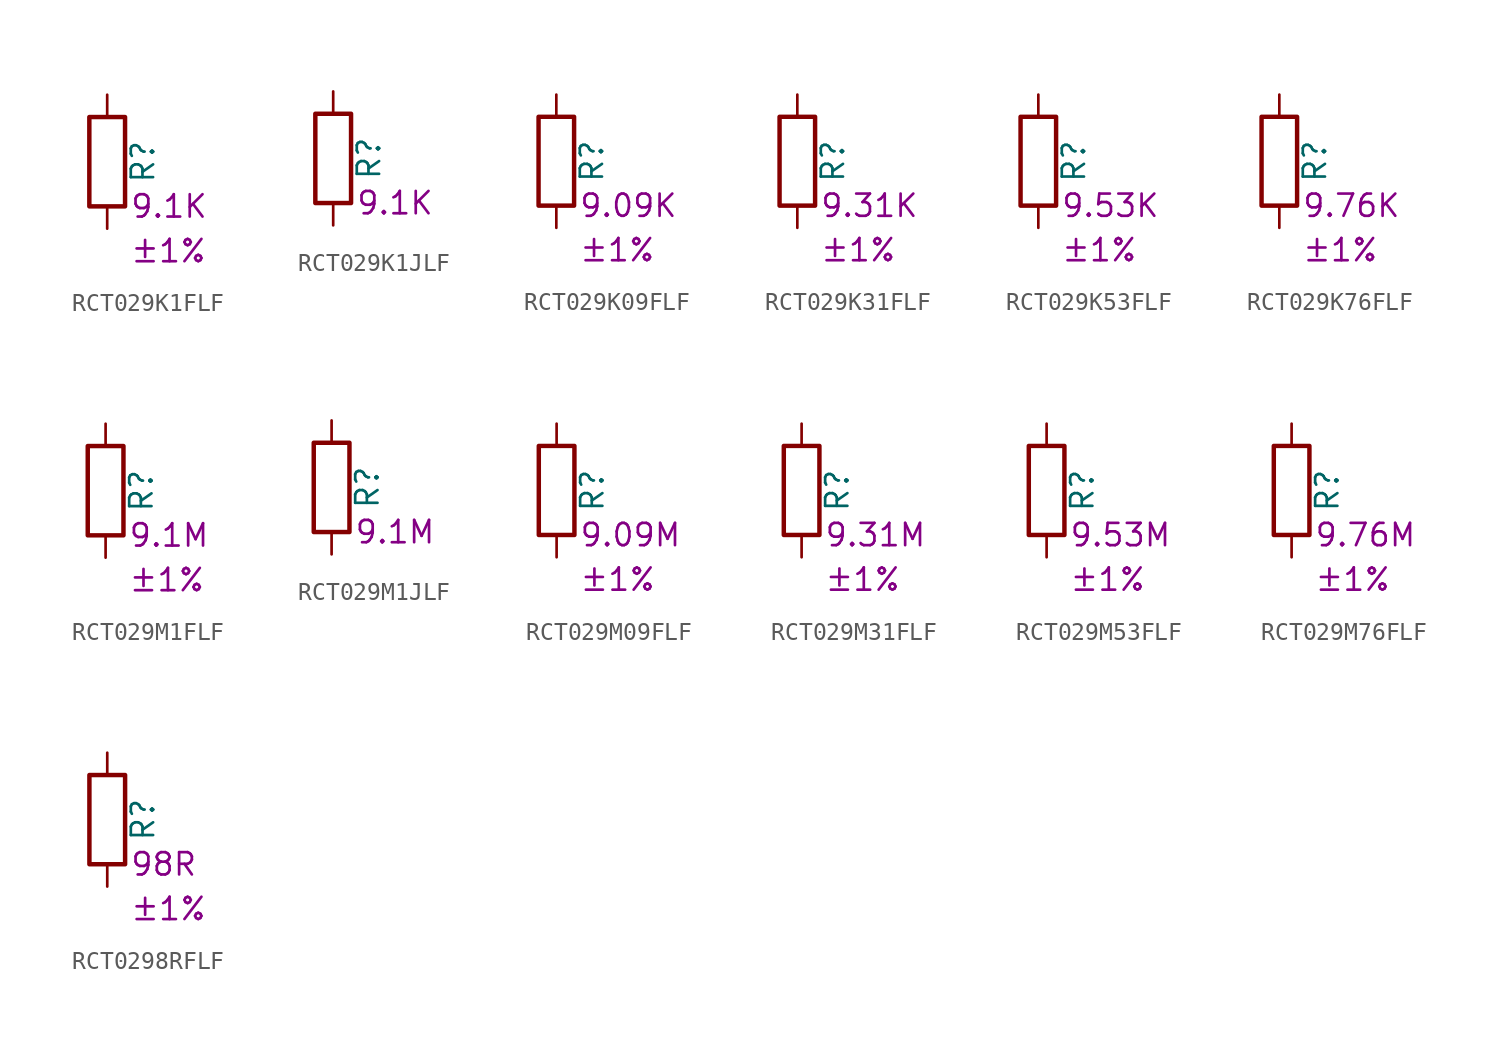
<source format=kicad_sym>
(kicad_symbol_lib
  (version 20220914)
  (generator kicad_symbol_editor)
  (symbol "RCT029K1FLF"
    (pin_numbers hide)
    (pin_names
      (offset 0))
    (property "Reference" "R"
      (at 2.032 0 90)
      (effects (font (size 1.27 1.27))))
    (property "Resistance" "9.1K"
      (at 1.27 -2.54 0)
      (effects (font (size 1.27 1.27)) (justify left)))
    (property "Tolerance" "±1%"
      (at 1.27 -5.08 0)
      (effects (font (size 1.27 1.27)) (justify left)))
    (symbol "RCT029K1FLF_0_1"
      (rectangle (start -1.016 -2.54) (end 1.016 2.54) (stroke (width 0.254) (type default)) (fill (type none))))
    (symbol "RCT029K1FLF_1_1"
      (pin passive line (at 0 3.81 270) (length 1.27) (name "~" (effects (font (size 1.27 1.27)))) (number "1" (effects (font (size 1.27 1.27)))))
      (pin passive line (at 0 -3.81 90) (length 1.27) (name "~" (effects (font (size 1.27 1.27)))) (number "2" (effects (font (size 1.27 1.27)))))))
  (symbol "RCT029K1JLF"
    (pin_numbers hide)
    (pin_names
      (offset 0))
    (property "Reference" "R"
      (at 2.032 0 90)
      (effects (font (size 1.27 1.27))))
    (property "Resistance" "9.1K"
      (at 1.27 -2.54 0)
      (effects (font (size 1.27 1.27)) (justify left)))
    (symbol "RCT029K1JLF_0_1"
      (rectangle (start -1.016 -2.54) (end 1.016 2.54) (stroke (width 0.254) (type default)) (fill (type none))))
    (symbol "RCT029K1JLF_1_1"
      (pin passive line (at 0 3.81 270) (length 1.27) (name "~" (effects (font (size 1.27 1.27)))) (number "1" (effects (font (size 1.27 1.27)))))
      (pin passive line (at 0 -3.81 90) (length 1.27) (name "~" (effects (font (size 1.27 1.27)))) (number "2" (effects (font (size 1.27 1.27)))))))
  (symbol "RCT029K09FLF"
    (pin_numbers hide)
    (pin_names
      (offset 0))
    (property "Reference" "R"
      (at 2.032 0 90)
      (effects (font (size 1.27 1.27))))
    (property "Resistance" "9.09K"
      (at 1.27 -2.54 0)
      (effects (font (size 1.27 1.27)) (justify left)))
    (property "Tolerance" "±1%"
      (at 1.27 -5.08 0)
      (effects (font (size 1.27 1.27)) (justify left)))
    (symbol "RCT029K09FLF_0_1"
      (rectangle (start -1.016 -2.54) (end 1.016 2.54) (stroke (width 0.254) (type default)) (fill (type none))))
    (symbol "RCT029K09FLF_1_1"
      (pin passive line (at 0 3.81 270) (length 1.27) (name "~" (effects (font (size 1.27 1.27)))) (number "1" (effects (font (size 1.27 1.27)))))
      (pin passive line (at 0 -3.81 90) (length 1.27) (name "~" (effects (font (size 1.27 1.27)))) (number "2" (effects (font (size 1.27 1.27)))))))
  (symbol "RCT029K31FLF"
    (pin_numbers hide)
    (pin_names
      (offset 0))
    (property "Reference" "R"
      (at 2.032 0 90)
      (effects (font (size 1.27 1.27))))
    (property "Resistance" "9.31K"
      (at 1.27 -2.54 0)
      (effects (font (size 1.27 1.27)) (justify left)))
    (property "Tolerance" "±1%"
      (at 1.27 -5.08 0)
      (effects (font (size 1.27 1.27)) (justify left)))
    (symbol "RCT029K31FLF_0_1"
      (rectangle (start -1.016 -2.54) (end 1.016 2.54) (stroke (width 0.254) (type default)) (fill (type none))))
    (symbol "RCT029K31FLF_1_1"
      (pin passive line (at 0 3.81 270) (length 1.27) (name "~" (effects (font (size 1.27 1.27)))) (number "1" (effects (font (size 1.27 1.27)))))
      (pin passive line (at 0 -3.81 90) (length 1.27) (name "~" (effects (font (size 1.27 1.27)))) (number "2" (effects (font (size 1.27 1.27)))))))
  (symbol "RCT029K53FLF"
    (pin_numbers hide)
    (pin_names
      (offset 0))
    (property "Reference" "R"
      (at 2.032 0 90)
      (effects (font (size 1.27 1.27))))
    (property "Resistance" "9.53K"
      (at 1.27 -2.54 0)
      (effects (font (size 1.27 1.27)) (justify left)))
    (property "Tolerance" "±1%"
      (at 1.27 -5.08 0)
      (effects (font (size 1.27 1.27)) (justify left)))
    (symbol "RCT029K53FLF_0_1"
      (rectangle (start -1.016 -2.54) (end 1.016 2.54) (stroke (width 0.254) (type default)) (fill (type none))))
    (symbol "RCT029K53FLF_1_1"
      (pin passive line (at 0 3.81 270) (length 1.27) (name "~" (effects (font (size 1.27 1.27)))) (number "1" (effects (font (size 1.27 1.27)))))
      (pin passive line (at 0 -3.81 90) (length 1.27) (name "~" (effects (font (size 1.27 1.27)))) (number "2" (effects (font (size 1.27 1.27)))))))
  (symbol "RCT029K76FLF"
    (pin_numbers hide)
    (pin_names
      (offset 0))
    (property "Reference" "R"
      (at 2.032 0 90)
      (effects (font (size 1.27 1.27))))
    (property "Resistance" "9.76K"
      (at 1.27 -2.54 0)
      (effects (font (size 1.27 1.27)) (justify left)))
    (property "Tolerance" "±1%"
      (at 1.27 -5.08 0)
      (effects (font (size 1.27 1.27)) (justify left)))
    (symbol "RCT029K76FLF_0_1"
      (rectangle (start -1.016 -2.54) (end 1.016 2.54) (stroke (width 0.254) (type default)) (fill (type none))))
    (symbol "RCT029K76FLF_1_1"
      (pin passive line (at 0 3.81 270) (length 1.27) (name "~" (effects (font (size 1.27 1.27)))) (number "1" (effects (font (size 1.27 1.27)))))
      (pin passive line (at 0 -3.81 90) (length 1.27) (name "~" (effects (font (size 1.27 1.27)))) (number "2" (effects (font (size 1.27 1.27)))))))
  (symbol "RCT029M1FLF"
    (pin_numbers hide)
    (pin_names
      (offset 0))
    (property "Reference" "R"
      (at 2.032 0 90)
      (effects (font (size 1.27 1.27))))
    (property "Resistance" "9.1M"
      (at 1.27 -2.54 0)
      (effects (font (size 1.27 1.27)) (justify left)))
    (property "Tolerance" "±1%"
      (at 1.27 -5.08 0)
      (effects (font (size 1.27 1.27)) (justify left)))
    (symbol "RCT029M1FLF_0_1"
      (rectangle (start -1.016 -2.54) (end 1.016 2.54) (stroke (width 0.254) (type default)) (fill (type none))))
    (symbol "RCT029M1FLF_1_1"
      (pin passive line (at 0 3.81 270) (length 1.27) (name "~" (effects (font (size 1.27 1.27)))) (number "1" (effects (font (size 1.27 1.27)))))
      (pin passive line (at 0 -3.81 90) (length 1.27) (name "~" (effects (font (size 1.27 1.27)))) (number "2" (effects (font (size 1.27 1.27)))))))
  (symbol "RCT029M1JLF"
    (pin_numbers hide)
    (pin_names
      (offset 0))
    (property "Reference" "R"
      (at 2.032 0 90)
      (effects (font (size 1.27 1.27))))
    (property "Resistance" "9.1M"
      (at 1.27 -2.54 0)
      (effects (font (size 1.27 1.27)) (justify left)))
    (symbol "RCT029M1JLF_0_1"
      (rectangle (start -1.016 -2.54) (end 1.016 2.54) (stroke (width 0.254) (type default)) (fill (type none))))
    (symbol "RCT029M1JLF_1_1"
      (pin passive line (at 0 3.81 270) (length 1.27) (name "~" (effects (font (size 1.27 1.27)))) (number "1" (effects (font (size 1.27 1.27)))))
      (pin passive line (at 0 -3.81 90) (length 1.27) (name "~" (effects (font (size 1.27 1.27)))) (number "2" (effects (font (size 1.27 1.27)))))))
  (symbol "RCT029M09FLF"
    (pin_numbers hide)
    (pin_names
      (offset 0))
    (property "Reference" "R"
      (at 2.032 0 90)
      (effects (font (size 1.27 1.27))))
    (property "Resistance" "9.09M"
      (at 1.27 -2.54 0)
      (effects (font (size 1.27 1.27)) (justify left)))
    (property "Tolerance" "±1%"
      (at 1.27 -5.08 0)
      (effects (font (size 1.27 1.27)) (justify left)))
    (symbol "RCT029M09FLF_0_1"
      (rectangle (start -1.016 -2.54) (end 1.016 2.54) (stroke (width 0.254) (type default)) (fill (type none))))
    (symbol "RCT029M09FLF_1_1"
      (pin passive line (at 0 3.81 270) (length 1.27) (name "~" (effects (font (size 1.27 1.27)))) (number "1" (effects (font (size 1.27 1.27)))))
      (pin passive line (at 0 -3.81 90) (length 1.27) (name "~" (effects (font (size 1.27 1.27)))) (number "2" (effects (font (size 1.27 1.27)))))))
  (symbol "RCT029M31FLF"
    (pin_numbers hide)
    (pin_names
      (offset 0))
    (property "Reference" "R"
      (at 2.032 0 90)
      (effects (font (size 1.27 1.27))))
    (property "Resistance" "9.31M"
      (at 1.27 -2.54 0)
      (effects (font (size 1.27 1.27)) (justify left)))
    (property "Tolerance" "±1%"
      (at 1.27 -5.08 0)
      (effects (font (size 1.27 1.27)) (justify left)))
    (symbol "RCT029M31FLF_0_1"
      (rectangle (start -1.016 -2.54) (end 1.016 2.54) (stroke (width 0.254) (type default)) (fill (type none))))
    (symbol "RCT029M31FLF_1_1"
      (pin passive line (at 0 3.81 270) (length 1.27) (name "~" (effects (font (size 1.27 1.27)))) (number "1" (effects (font (size 1.27 1.27)))))
      (pin passive line (at 0 -3.81 90) (length 1.27) (name "~" (effects (font (size 1.27 1.27)))) (number "2" (effects (font (size 1.27 1.27)))))))
  (symbol "RCT029M53FLF"
    (pin_numbers hide)
    (pin_names
      (offset 0))
    (property "Reference" "R"
      (at 2.032 0 90)
      (effects (font (size 1.27 1.27))))
    (property "Resistance" "9.53M"
      (at 1.27 -2.54 0)
      (effects (font (size 1.27 1.27)) (justify left)))
    (property "Tolerance" "±1%"
      (at 1.27 -5.08 0)
      (effects (font (size 1.27 1.27)) (justify left)))
    (symbol "RCT029M53FLF_0_1"
      (rectangle (start -1.016 -2.54) (end 1.016 2.54) (stroke (width 0.254) (type default)) (fill (type none))))
    (symbol "RCT029M53FLF_1_1"
      (pin passive line (at 0 3.81 270) (length 1.27) (name "~" (effects (font (size 1.27 1.27)))) (number "1" (effects (font (size 1.27 1.27)))))
      (pin passive line (at 0 -3.81 90) (length 1.27) (name "~" (effects (font (size 1.27 1.27)))) (number "2" (effects (font (size 1.27 1.27)))))))
  (symbol "RCT029M76FLF"
    (pin_numbers hide)
    (pin_names
      (offset 0))
    (property "Reference" "R"
      (at 2.032 0 90)
      (effects (font (size 1.27 1.27))))
    (property "Resistance" "9.76M"
      (at 1.27 -2.54 0)
      (effects (font (size 1.27 1.27)) (justify left)))
    (property "Tolerance" "±1%"
      (at 1.27 -5.08 0)
      (effects (font (size 1.27 1.27)) (justify left)))
    (symbol "RCT029M76FLF_0_1"
      (rectangle (start -1.016 -2.54) (end 1.016 2.54) (stroke (width 0.254) (type default)) (fill (type none))))
    (symbol "RCT029M76FLF_1_1"
      (pin passive line (at 0 3.81 270) (length 1.27) (name "~" (effects (font (size 1.27 1.27)))) (number "1" (effects (font (size 1.27 1.27)))))
      (pin passive line (at 0 -3.81 90) (length 1.27) (name "~" (effects (font (size 1.27 1.27)))) (number "2" (effects (font (size 1.27 1.27)))))))
  (symbol "RCT0298RFLF"
    (pin_numbers hide)
    (pin_names
      (offset 0))
    (property "Reference" "R"
      (at 2.032 0 90)
      (effects (font (size 1.27 1.27))))
    (property "Resistance" "98R"
      (at 1.27 -2.54 0)
      (effects (font (size 1.27 1.27)) (justify left)))
    (property "Tolerance" "±1%"
      (at 1.27 -5.08 0)
      (effects (font (size 1.27 1.27)) (justify left)))
    (symbol "RCT0298RFLF_0_1"
      (rectangle (start -1.016 -2.54) (end 1.016 2.54) (stroke (width 0.254) (type default)) (fill (type none))))
    (symbol "RCT0298RFLF_1_1"
      (pin passive line (at 0 3.81 270) (length 1.27) (name "~" (effects (font (size 1.27 1.27)))) (number "1" (effects (font (size 1.27 1.27)))))
      (pin passive line (at 0 -3.81 90) (length 1.27) (name "~" (effects (font (size 1.27 1.27)))) (number "2" (effects (font (size 1.27 1.27))))))))
</source>
